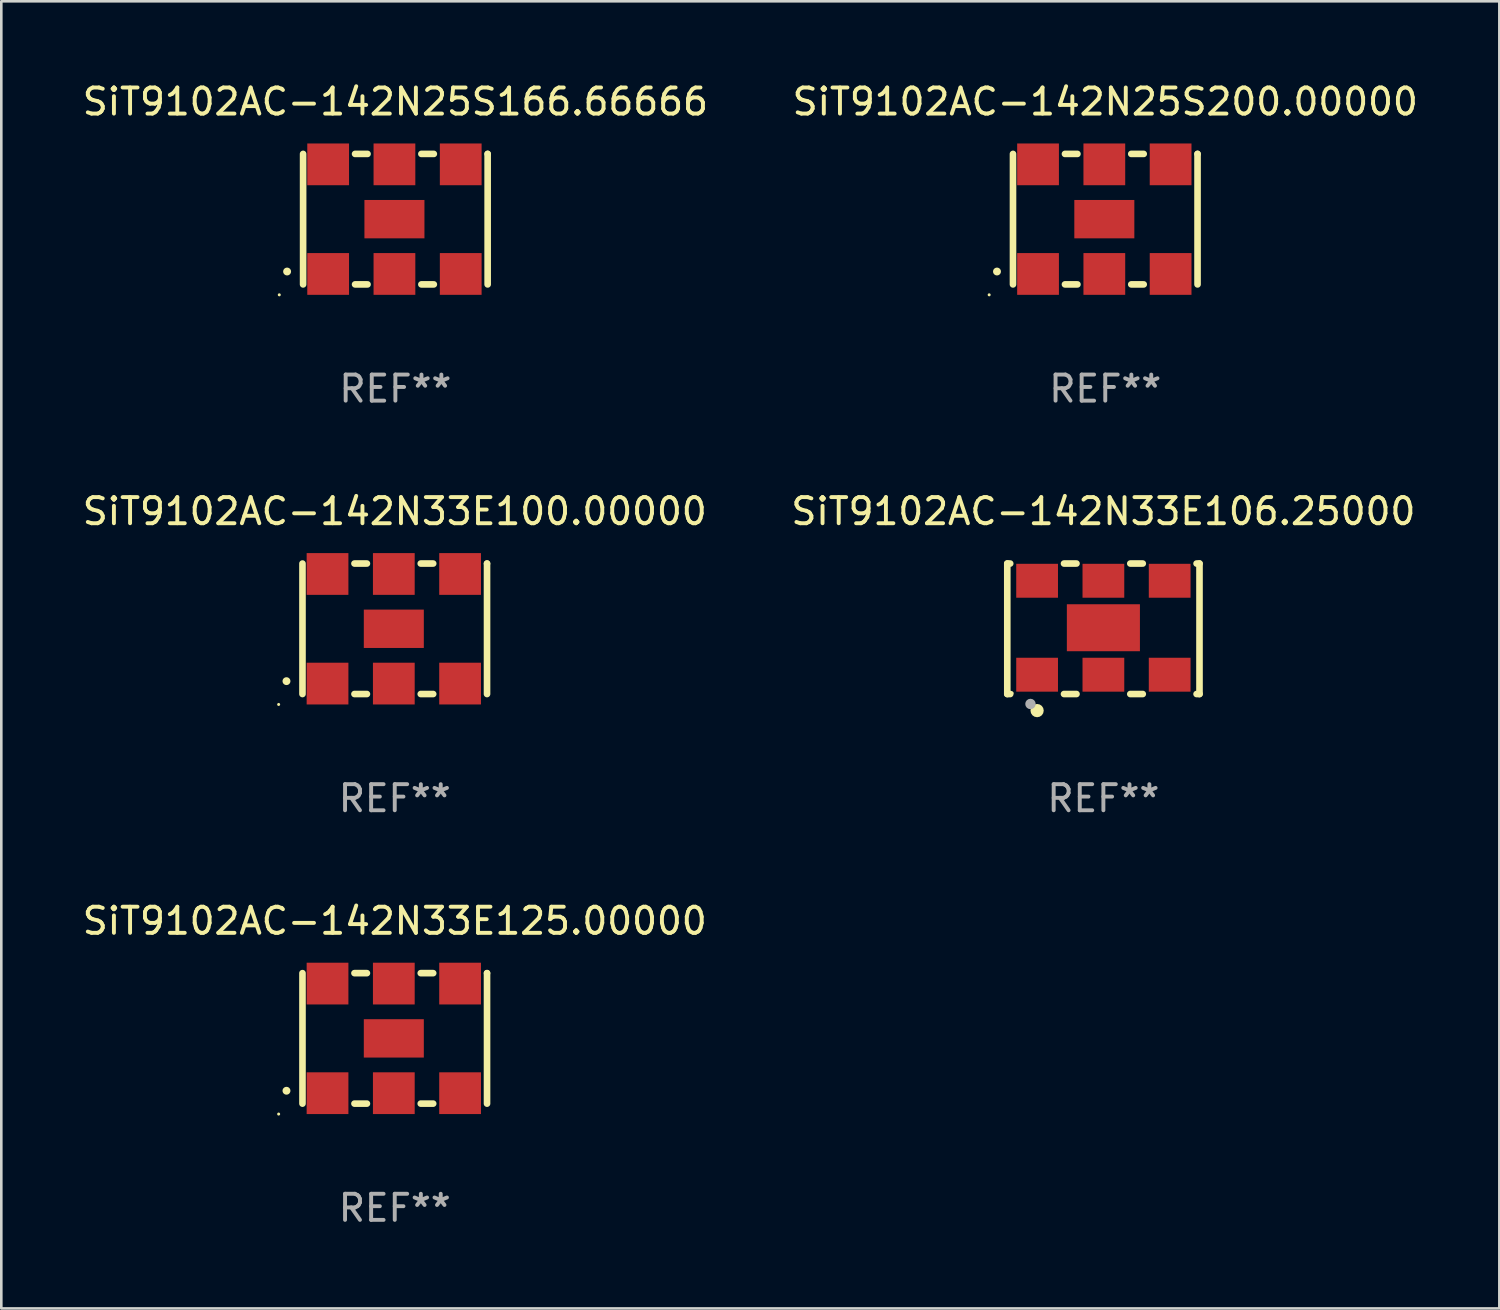
<source format=kicad_pcb>
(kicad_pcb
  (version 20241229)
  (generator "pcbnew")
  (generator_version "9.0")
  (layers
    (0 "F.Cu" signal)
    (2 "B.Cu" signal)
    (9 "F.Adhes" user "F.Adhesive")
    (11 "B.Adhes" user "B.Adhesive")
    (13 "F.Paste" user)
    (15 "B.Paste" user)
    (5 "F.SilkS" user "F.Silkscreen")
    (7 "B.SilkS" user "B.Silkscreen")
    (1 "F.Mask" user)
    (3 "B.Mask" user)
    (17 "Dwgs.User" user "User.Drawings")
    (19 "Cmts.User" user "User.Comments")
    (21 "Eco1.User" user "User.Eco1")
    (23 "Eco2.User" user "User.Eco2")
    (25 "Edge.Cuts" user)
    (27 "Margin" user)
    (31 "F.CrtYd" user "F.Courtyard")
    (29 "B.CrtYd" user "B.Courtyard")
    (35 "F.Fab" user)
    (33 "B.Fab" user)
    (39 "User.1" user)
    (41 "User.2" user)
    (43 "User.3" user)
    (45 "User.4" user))
  (footprint "SiT9102AC-142N25S200.00000"
    (layer "F.Cu")
    (at 39.304 5.348)
    (property "Reference" "SiT9102AC-142N25S200.00000" (at 0 -4.5 0) (layer "F.SilkS") (effects (font (size 1 1) (thickness 0.15))))
    (attr through_hole)
    (fp_line (start -3.536 -2.5) (end -3.536 2.5) (stroke (width 0.254) (type solid)) (layer "F.SilkS"))
    (fp_line (start -1.544 2.5) (end -1.067 2.5) (stroke (width 0.254) (type solid)) (layer "F.SilkS"))
    (fp_line (start -1.067 -2.5) (end -1.544 -2.5) (stroke (width 0.254) (type solid)) (layer "F.SilkS"))
    (fp_line (start 0.996 2.5) (end 1.473 2.5) (stroke (width 0.254) (type solid)) (layer "F.SilkS"))
    (fp_line (start 1.473 -2.5) (end 0.996 -2.5) (stroke (width 0.254) (type solid)) (layer "F.SilkS"))
    (fp_line (start 3.536 -2.5) (end 3.536 -2.5) (stroke (width 0.254) (type solid)) (layer "F.SilkS"))
    (fp_line (start 3.536 2.5) (end 3.536 -2.5) (stroke (width 0.254) (type solid)) (layer "F.SilkS"))
    (fp_arc (start -4.150432 2.006604) (mid -4.149162 2.006599) (end -4.147892 2.006604) (stroke (width 0.3) (type solid)) (layer "F.SilkS"))
    (fp_circle (center -4.449 2.9) (end -4.419 2.9) (stroke (width 0.06) (type solid)) (fill no) (layer "F.SilkS"))
    (fp_text user "REF**" (at 0 6.5 0) (layer "F.Fab") (effects (font (size 1 1) (thickness 0.15))))
    (pad "1" smd rect (at -2.576 2.1) (size 1.6 1.6) (layers "F.Cu" "F.Mask" "F.Paste"))
    (pad "2" smd rect (at -0.036 2.1) (size 1.6 1.6) (layers "F.Cu" "F.Mask" "F.Paste"))
    (pad "3" smd rect (at 2.504 2.1) (size 1.6 1.6) (layers "F.Cu" "F.Mask" "F.Paste"))
    (pad "4" smd rect (at 2.504 -2.1) (size 1.6 1.6) (layers "F.Cu" "F.Mask" "F.Paste"))
    (pad "5" smd rect (at -0.036 -2.1) (size 1.6 1.6) (layers "F.Cu" "F.Mask" "F.Paste"))
    (pad "6" smd rect (at -2.576 -2.1) (size 1.6 1.6) (layers "F.Cu" "F.Mask" "F.Paste"))
    (pad "7" smd rect (at -0.036 0) (size 2.3 1.47) (layers "F.Cu" "F.Mask" "F.Paste")))
  (footprint "SiT9102AC-142N33E125.00000"
    (layer "F.Cu")
    (at 12.077 36.741)
    (property "Reference" "SiT9102AC-142N33E125.00000" (at 0 -4.5 0) (layer "F.SilkS") (effects (font (size 1 1) (thickness 0.15))))
    (attr through_hole)
    (fp_line (start -3.536 -2.5) (end -3.536 2.5) (stroke (width 0.254) (type solid)) (layer "F.SilkS"))
    (fp_line (start -1.544 2.5) (end -1.067 2.5) (stroke (width 0.254) (type solid)) (layer "F.SilkS"))
    (fp_line (start -1.067 -2.5) (end -1.544 -2.5) (stroke (width 0.254) (type solid)) (layer "F.SilkS"))
    (fp_line (start 0.996 2.5) (end 1.473 2.5) (stroke (width 0.254) (type solid)) (layer "F.SilkS"))
    (fp_line (start 1.473 -2.5) (end 0.996 -2.5) (stroke (width 0.254) (type solid)) (layer "F.SilkS"))
    (fp_line (start 3.536 -2.5) (end 3.536 -2.5) (stroke (width 0.254) (type solid)) (layer "F.SilkS"))
    (fp_line (start 3.536 2.5) (end 3.536 -2.5) (stroke (width 0.254) (type solid)) (layer "F.SilkS"))
    (fp_arc (start -4.150432 2.006604) (mid -4.149162 2.006599) (end -4.147892 2.006604) (stroke (width 0.3) (type solid)) (layer "F.SilkS"))
    (fp_circle (center -4.449 2.9) (end -4.419 2.9) (stroke (width 0.06) (type solid)) (fill no) (layer "F.SilkS"))
    (fp_text user "REF**" (at 0 6.5 0) (layer "F.Fab") (effects (font (size 1 1) (thickness 0.15))))
    (pad "1" smd rect (at -2.576 2.1) (size 1.6 1.6) (layers "F.Cu" "F.Mask" "F.Paste"))
    (pad "2" smd rect (at -0.036 2.1) (size 1.6 1.6) (layers "F.Cu" "F.Mask" "F.Paste"))
    (pad "3" smd rect (at 2.504 2.1) (size 1.6 1.6) (layers "F.Cu" "F.Mask" "F.Paste"))
    (pad "4" smd rect (at 2.504 -2.1) (size 1.6 1.6) (layers "F.Cu" "F.Mask" "F.Paste"))
    (pad "5" smd rect (at -0.036 -2.1) (size 1.6 1.6) (layers "F.Cu" "F.Mask" "F.Paste"))
    (pad "6" smd rect (at -2.576 -2.1) (size 1.6 1.6) (layers "F.Cu" "F.Mask" "F.Paste"))
    (pad "7" smd rect (at -0.036 0) (size 2.3 1.47) (layers "F.Cu" "F.Mask" "F.Paste")))
  (footprint "SiT9102AC-142N33E106.25000"
    (layer "F.Cu")
    (at 39.232 21.045)
    (property "Reference" "SiT9102AC-142N33E106.25000" (at 0 -4.5 0) (layer "F.SilkS") (effects (font (size 1 1) (thickness 0.15))))
    (attr through_hole)
    (fp_line (start -3.683 -2.5) (end -3.571 -2.5) (stroke (width 0.254) (type solid)) (layer "F.SilkS"))
    (fp_line (start -3.683 2.5) (end -3.683 -2.5) (stroke (width 0.254) (type solid)) (layer "F.SilkS"))
    (fp_line (start -3.683 2.5) (end -3.571 2.5) (stroke (width 0.254) (type solid)) (layer "F.SilkS"))
    (fp_line (start -1.509 -2.5) (end -1.031 -2.5) (stroke (width 0.254) (type solid)) (layer "F.SilkS"))
    (fp_line (start -1.509 2.5) (end -1.031 2.5) (stroke (width 0.254) (type solid)) (layer "F.SilkS"))
    (fp_line (start 1.031 -2.5) (end 1.509 -2.5) (stroke (width 0.254) (type solid)) (layer "F.SilkS"))
    (fp_line (start 1.031 2.5) (end 1.509 2.5) (stroke (width 0.254) (type solid)) (layer "F.SilkS"))
    (fp_line (start 3.571 -2.5) (end 3.683 -2.5) (stroke (width 0.254) (type solid)) (layer "F.SilkS"))
    (fp_line (start 3.571 2.5) (end 3.683 2.5) (stroke (width 0.254) (type solid)) (layer "F.SilkS"))
    (fp_line (start 3.683 2.5) (end 3.683 -2.5) (stroke (width 0.254) (type solid)) (layer "F.SilkS"))
    (fp_circle (center -3.5 2.46) (end -3.47 2.46) (stroke (width 0.06) (type solid)) (fill no) (layer "F.SilkS"))
    (fp_circle (center -2.54 3.135) (end -2.413 3.135) (stroke (width 0.254) (type solid)) (fill no) (layer "F.SilkS"))
    (fp_circle (center -2.794 2.881) (end -2.694 2.881) (stroke (width 0.2) (type solid)) (fill no) (layer "F.Fab"))
    (fp_text user "REF**" (at 0 6.5 0) (layer "F.Fab") (effects (font (size 1 1) (thickness 0.15))))
    (pad "1" smd rect (at -2.54 1.76) (size 1.6 1.3) (layers "F.Cu" "F.Mask" "F.Paste"))
    (pad "2" smd rect (at 0 1.76) (size 1.6 1.3) (layers "F.Cu" "F.Mask" "F.Paste"))
    (pad "3" smd rect (at 2.54 1.76) (size 1.6 1.3) (layers "F.Cu" "F.Mask" "F.Paste"))
    (pad "4" smd rect (at 2.54 -1.84) (size 1.6 1.3) (layers "F.Cu" "F.Mask" "F.Paste"))
    (pad "5" smd rect (at 0 -1.84) (size 1.6 1.3) (layers "F.Cu" "F.Mask" "F.Paste"))
    (pad "6" smd rect (at -2.54 -1.84) (size 1.6 1.3) (layers "F.Cu" "F.Mask" "F.Paste"))
    (pad "7" smd rect (at 0 -0.04) (size 2.8 1.8) (layers "F.Cu" "F.Mask" "F.Paste")))
  (footprint "SiT9102AC-142N33E100.00000"
    (layer "F.Cu")
    (at 12.077 21.045)
    (property "Reference" "SiT9102AC-142N33E100.00000" (at 0 -4.5 0) (layer "F.SilkS") (effects (font (size 1 1) (thickness 0.15))))
    (attr through_hole)
    (fp_line (start -3.536 -2.5) (end -3.536 2.5) (stroke (width 0.254) (type solid)) (layer "F.SilkS"))
    (fp_line (start -1.544 2.5) (end -1.067 2.5) (stroke (width 0.254) (type solid)) (layer "F.SilkS"))
    (fp_line (start -1.067 -2.5) (end -1.544 -2.5) (stroke (width 0.254) (type solid)) (layer "F.SilkS"))
    (fp_line (start 0.996 2.5) (end 1.473 2.5) (stroke (width 0.254) (type solid)) (layer "F.SilkS"))
    (fp_line (start 1.473 -2.5) (end 0.996 -2.5) (stroke (width 0.254) (type solid)) (layer "F.SilkS"))
    (fp_line (start 3.536 -2.5) (end 3.536 -2.5) (stroke (width 0.254) (type solid)) (layer "F.SilkS"))
    (fp_line (start 3.536 2.5) (end 3.536 -2.5) (stroke (width 0.254) (type solid)) (layer "F.SilkS"))
    (fp_arc (start -4.150432 2.006604) (mid -4.149162 2.006599) (end -4.147892 2.006604) (stroke (width 0.3) (type solid)) (layer "F.SilkS"))
    (fp_circle (center -4.449 2.9) (end -4.419 2.9) (stroke (width 0.06) (type solid)) (fill no) (layer "F.SilkS"))
    (fp_text user "REF**" (at 0 6.5 0) (layer "F.Fab") (effects (font (size 1 1) (thickness 0.15))))
    (pad "1" smd rect (at -2.576 2.1) (size 1.6 1.6) (layers "F.Cu" "F.Mask" "F.Paste"))
    (pad "2" smd rect (at -0.036 2.1) (size 1.6 1.6) (layers "F.Cu" "F.Mask" "F.Paste"))
    (pad "3" smd rect (at 2.504 2.1) (size 1.6 1.6) (layers "F.Cu" "F.Mask" "F.Paste"))
    (pad "4" smd rect (at 2.504 -2.1) (size 1.6 1.6) (layers "F.Cu" "F.Mask" "F.Paste"))
    (pad "5" smd rect (at -0.036 -2.1) (size 1.6 1.6) (layers "F.Cu" "F.Mask" "F.Paste"))
    (pad "6" smd rect (at -2.576 -2.1) (size 1.6 1.6) (layers "F.Cu" "F.Mask" "F.Paste"))
    (pad "7" smd rect (at -0.036 0) (size 2.3 1.47) (layers "F.Cu" "F.Mask" "F.Paste")))
  (footprint "SiT9102AC-142N25S166.66666"
    (layer "F.Cu")
    (at 12.101 5.348)
    (property "Reference" "SiT9102AC-142N25S166.66666" (at 0 -4.5 0) (layer "F.SilkS") (effects (font (size 1 1) (thickness 0.15))))
    (attr through_hole)
    (fp_line (start -3.536 -2.5) (end -3.536 2.5) (stroke (width 0.254) (type solid)) (layer "F.SilkS"))
    (fp_line (start -1.544 2.5) (end -1.067 2.5) (stroke (width 0.254) (type solid)) (layer "F.SilkS"))
    (fp_line (start -1.067 -2.5) (end -1.544 -2.5) (stroke (width 0.254) (type solid)) (layer "F.SilkS"))
    (fp_line (start 0.996 2.5) (end 1.473 2.5) (stroke (width 0.254) (type solid)) (layer "F.SilkS"))
    (fp_line (start 1.473 -2.5) (end 0.996 -2.5) (stroke (width 0.254) (type solid)) (layer "F.SilkS"))
    (fp_line (start 3.536 -2.5) (end 3.536 -2.5) (stroke (width 0.254) (type solid)) (layer "F.SilkS"))
    (fp_line (start 3.536 2.5) (end 3.536 -2.5) (stroke (width 0.254) (type solid)) (layer "F.SilkS"))
    (fp_arc (start -4.150432 2.006604) (mid -4.149162 2.006599) (end -4.147892 2.006604) (stroke (width 0.3) (type solid)) (layer "F.SilkS"))
    (fp_circle (center -4.449 2.9) (end -4.419 2.9) (stroke (width 0.06) (type solid)) (fill no) (layer "F.SilkS"))
    (fp_text user "REF**" (at 0 6.5 0) (layer "F.Fab") (effects (font (size 1 1) (thickness 0.15))))
    (pad "1" smd rect (at -2.576 2.1) (size 1.6 1.6) (layers "F.Cu" "F.Mask" "F.Paste"))
    (pad "2" smd rect (at -0.036 2.1) (size 1.6 1.6) (layers "F.Cu" "F.Mask" "F.Paste"))
    (pad "3" smd rect (at 2.504 2.1) (size 1.6 1.6) (layers "F.Cu" "F.Mask" "F.Paste"))
    (pad "4" smd rect (at 2.504 -2.1) (size 1.6 1.6) (layers "F.Cu" "F.Mask" "F.Paste"))
    (pad "5" smd rect (at -0.036 -2.1) (size 1.6 1.6) (layers "F.Cu" "F.Mask" "F.Paste"))
    (pad "6" smd rect (at -2.576 -2.1) (size 1.6 1.6) (layers "F.Cu" "F.Mask" "F.Paste"))
    (pad "7" smd rect (at -0.036 0) (size 2.3 1.47) (layers "F.Cu" "F.Mask" "F.Paste")))
  (gr_rect
    (start -3 -3)
    (end 54.405 47.09)
    (stroke (width 0.1) (type default))
    (fill no)
    (layer "Edge.Cuts")))
</source>
